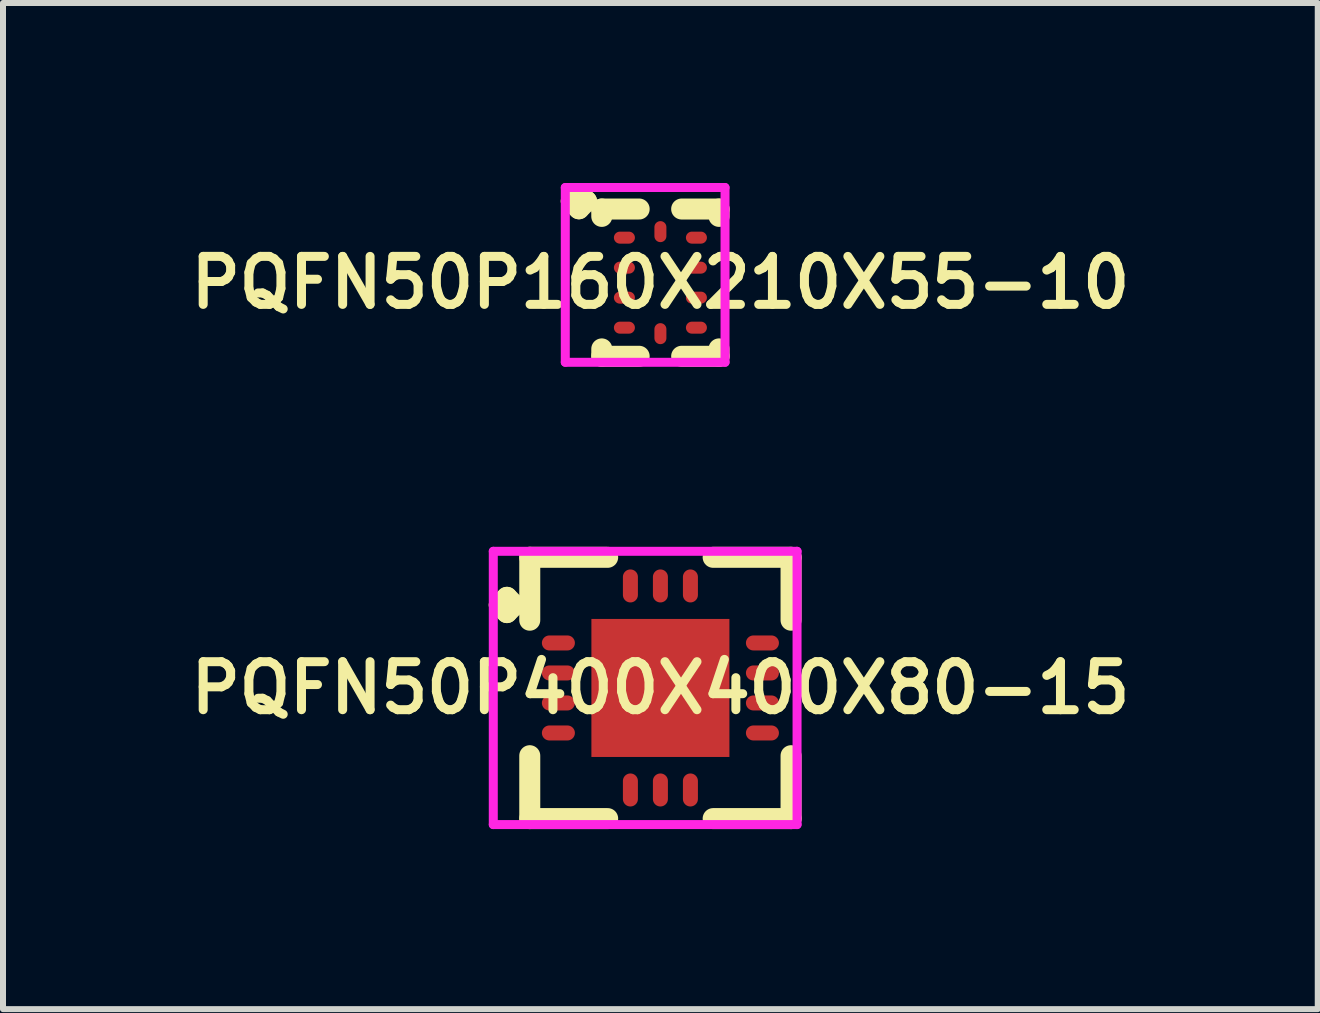
<source format=kicad_pcb>
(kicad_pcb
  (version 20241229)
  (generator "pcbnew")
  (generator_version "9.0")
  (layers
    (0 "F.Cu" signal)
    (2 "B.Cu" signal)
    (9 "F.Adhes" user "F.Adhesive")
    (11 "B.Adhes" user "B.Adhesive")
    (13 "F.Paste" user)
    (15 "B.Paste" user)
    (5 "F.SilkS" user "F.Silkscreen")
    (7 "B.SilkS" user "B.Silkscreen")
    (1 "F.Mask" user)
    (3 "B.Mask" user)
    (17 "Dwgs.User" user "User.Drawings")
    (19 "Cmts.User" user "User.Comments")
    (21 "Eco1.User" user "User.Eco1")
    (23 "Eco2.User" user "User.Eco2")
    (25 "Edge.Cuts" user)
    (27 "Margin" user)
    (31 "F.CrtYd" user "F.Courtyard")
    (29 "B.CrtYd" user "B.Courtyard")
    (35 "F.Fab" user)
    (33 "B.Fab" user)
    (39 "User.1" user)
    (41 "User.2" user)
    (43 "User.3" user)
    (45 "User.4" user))
  (footprint "PQFN50P400X400X80-15"
    (layer "F.Cu")
    (at 7.955 8.414)
    (property "Reference" "PQFN50P400X400X80-15" (at 0 0 0) (layer "F.SilkS") (effects (font (size 0.8 0.8) (thickness 0.15))))
    (attr smd)
    (fp_line (start -2.685 -1.383) (end -2.558 -1.51) (stroke (width 0.35) (type solid)) (layer "F.SilkS"))
    (fp_line (start -2.558 -1.51) (end -2.431 -1.383) (stroke (width 0.35) (type solid)) (layer "F.SilkS"))
    (fp_line (start -2.558 -1.256) (end -2.685 -1.383) (stroke (width 0.35) (type solid)) (layer "F.SilkS"))
    (fp_line (start -2.431 -1.383) (end -2.558 -1.256) (stroke (width 0.35) (type solid)) (layer "F.SilkS"))
    (fp_line (start -2.177 -2.177) (end -0.879 -2.177) (stroke (width 0.35) (type solid)) (layer "F.SilkS"))
    (fp_line (start -2.177 -1.129) (end -2.177 -2.177) (stroke (width 0.35) (type solid)) (layer "F.SilkS"))
    (fp_line (start -2.177 1.129) (end -2.177 2.177) (stroke (width 0.35) (type solid)) (layer "F.SilkS"))
    (fp_line (start -2.177 2.177) (end -0.879 2.177) (stroke (width 0.35) (type solid)) (layer "F.SilkS"))
    (fp_line (start 0.879 -2.177) (end 2.177 -2.177) (stroke (width 0.35) (type solid)) (layer "F.SilkS"))
    (fp_line (start 0.879 2.177) (end 2.177 2.177) (stroke (width 0.35) (type solid)) (layer "F.SilkS"))
    (fp_line (start 2.177 -2.177) (end 2.177 -1.129) (stroke (width 0.35) (type solid)) (layer "F.SilkS"))
    (fp_line (start 2.177 2.177) (end 2.177 1.129) (stroke (width 0.35) (type solid)) (layer "F.SilkS"))
    (fp_line (start -2.785 -2.277) (end 2.277 -2.277) (stroke (width 0.15) (type solid)) (layer "F.CrtYd"))
    (fp_line (start -2.785 2.277) (end -2.785 -2.277) (stroke (width 0.15) (type solid)) (layer "F.CrtYd"))
    (fp_line (start 2.277 -2.277) (end 2.277 2.277) (stroke (width 0.15) (type solid)) (layer "F.CrtYd"))
    (fp_line (start 2.277 2.277) (end -2.785 2.277) (stroke (width 0.15) (type solid)) (layer "F.CrtYd"))
    (pad "1" smd oval (at -1.7 -0.75) (size 0.55 0.25) (layers "F.Cu" "F.Mask" "F.Paste"))
    (pad "2" smd oval (at -1.7 -0.25) (size 0.55 0.25) (layers "F.Cu" "F.Mask" "F.Paste"))
    (pad "3" smd oval (at -1.7 0.25) (size 0.55 0.25) (layers "F.Cu" "F.Mask" "F.Paste"))
    (pad "4" smd oval (at -1.7 0.75) (size 0.55 0.25) (layers "F.Cu" "F.Mask" "F.Paste"))
    (pad "5" smd oval (at -0.5 1.7) (size 0.25 0.55) (layers "F.Cu" "F.Mask" "F.Paste"))
    (pad "6" smd oval (at 0 1.7) (size 0.25 0.55) (layers "F.Cu" "F.Mask" "F.Paste"))
    (pad "7" smd oval (at 0.5 1.7) (size 0.25 0.55) (layers "F.Cu" "F.Mask" "F.Paste"))
    (pad "8" smd oval (at 1.7 0.75) (size 0.55 0.25) (layers "F.Cu" "F.Mask" "F.Paste"))
    (pad "9" smd oval (at 1.7 0.25) (size 0.55 0.25) (layers "F.Cu" "F.Mask" "F.Paste"))
    (pad "10" smd oval (at 1.7 -0.25) (size 0.55 0.25) (layers "F.Cu" "F.Mask" "F.Paste"))
    (pad "11" smd oval (at 1.7 -0.75) (size 0.55 0.25) (layers "F.Cu" "F.Mask" "F.Paste"))
    (pad "12" smd oval (at 0.5 -1.7) (size 0.25 0.55) (layers "F.Cu" "F.Mask" "F.Paste"))
    (pad "13" smd oval (at 0 -1.7) (size 0.25 0.55) (layers "F.Cu" "F.Mask" "F.Paste"))
    (pad "14" smd oval (at -0.5 -1.7) (size 0.25 0.55) (layers "F.Cu" "F.Mask" "F.Paste"))
    (pad "15" smd rect (at 0 0) (size 2.3 2.3) (layers "F.Cu" "F.Mask" "F.Paste")))
  (footprint "PQFN50P160X210X55-10"
    (layer "F.Cu")
    (at 7.955 1.66)
    (property "Reference" "PQFN50P160X210X55-10" (at 0 0 0) (layer "F.SilkS") (effects (font (size 0.8 0.8) (thickness 0.15))))
    (attr through_hole)
    (fp_line (start -1.485 -1.358) (end -1.358 -1.485) (stroke (width 0.35) (type solid)) (layer "F.SilkS"))
    (fp_line (start -1.358 -1.485) (end -1.231 -1.358) (stroke (width 0.35) (type solid)) (layer "F.SilkS"))
    (fp_line (start -1.358 -1.231) (end -1.485 -1.358) (stroke (width 0.35) (type solid)) (layer "F.SilkS"))
    (fp_line (start -1.231 -1.358) (end -1.358 -1.231) (stroke (width 0.35) (type solid)) (layer "F.SilkS"))
    (fp_line (start -0.977 -1.227) (end -0.354 -1.227) (stroke (width 0.35) (type solid)) (layer "F.SilkS"))
    (fp_line (start -0.977 -1.104) (end -0.977 -1.227) (stroke (width 0.35) (type solid)) (layer "F.SilkS"))
    (fp_line (start -0.977 1.104) (end -0.977 1.227) (stroke (width 0.35) (type solid)) (layer "F.SilkS"))
    (fp_line (start -0.977 1.227) (end -0.354 1.227) (stroke (width 0.35) (type solid)) (layer "F.SilkS"))
    (fp_line (start 0.354 -1.227) (end 0.977 -1.227) (stroke (width 0.35) (type solid)) (layer "F.SilkS"))
    (fp_line (start 0.354 1.227) (end 0.977 1.227) (stroke (width 0.35) (type solid)) (layer "F.SilkS"))
    (fp_line (start 0.977 -1.227) (end 0.977 -1.104) (stroke (width 0.35) (type solid)) (layer "F.SilkS"))
    (fp_line (start 0.977 1.227) (end 0.977 1.104) (stroke (width 0.35) (type solid)) (layer "F.SilkS"))
    (fp_line (start -1.585 -1.585) (end 1.077 -1.585) (stroke (width 0.15) (type solid)) (layer "F.CrtYd"))
    (fp_line (start -1.585 1.327) (end -1.585 -1.585) (stroke (width 0.15) (type solid)) (layer "F.CrtYd"))
    (fp_line (start 1.077 -1.585) (end 1.077 1.327) (stroke (width 0.15) (type solid)) (layer "F.CrtYd"))
    (fp_line (start 1.077 1.327) (end -1.585 1.327) (stroke (width 0.15) (type solid)) (layer "F.CrtYd"))
    (pad "1" smd oval (at -0.6 -0.75) (size 0.35 0.2) (layers "F.Cu" "F.Mask" "F.Paste"))
    (pad "2" smd oval (at -0.6 -0.25) (size 0.35 0.2) (layers "F.Cu" "F.Mask" "F.Paste"))
    (pad "3" smd oval (at -0.6 0.25) (size 0.35 0.2) (layers "F.Cu" "F.Mask" "F.Paste"))
    (pad "4" smd oval (at -0.6 0.75) (size 0.35 0.2) (layers "F.Cu" "F.Mask" "F.Paste"))
    (pad "5" smd oval (at 0 0.85) (size 0.2 0.35) (layers "F.Cu" "F.Mask" "F.Paste"))
    (pad "6" smd oval (at 0.6 0.75) (size 0.35 0.2) (layers "F.Cu" "F.Mask" "F.Paste"))
    (pad "7" smd oval (at 0.6 0.25) (size 0.35 0.2) (layers "F.Cu" "F.Mask" "F.Paste"))
    (pad "8" smd oval (at 0.6 -0.25) (size 0.35 0.2) (layers "F.Cu" "F.Mask" "F.Paste"))
    (pad "9" smd oval (at 0.6 -0.75) (size 0.35 0.2) (layers "F.Cu" "F.Mask" "F.Paste"))
    (pad "10" smd oval (at 0 -0.85) (size 0.2 0.35) (layers "F.Cu" "F.Mask" "F.Paste")))
  (gr_rect
    (start -3 -3)
    (end 18.909 13.766)
    (stroke (width 0.1) (type default))
    (fill no)
    (layer "Edge.Cuts")))
</source>
